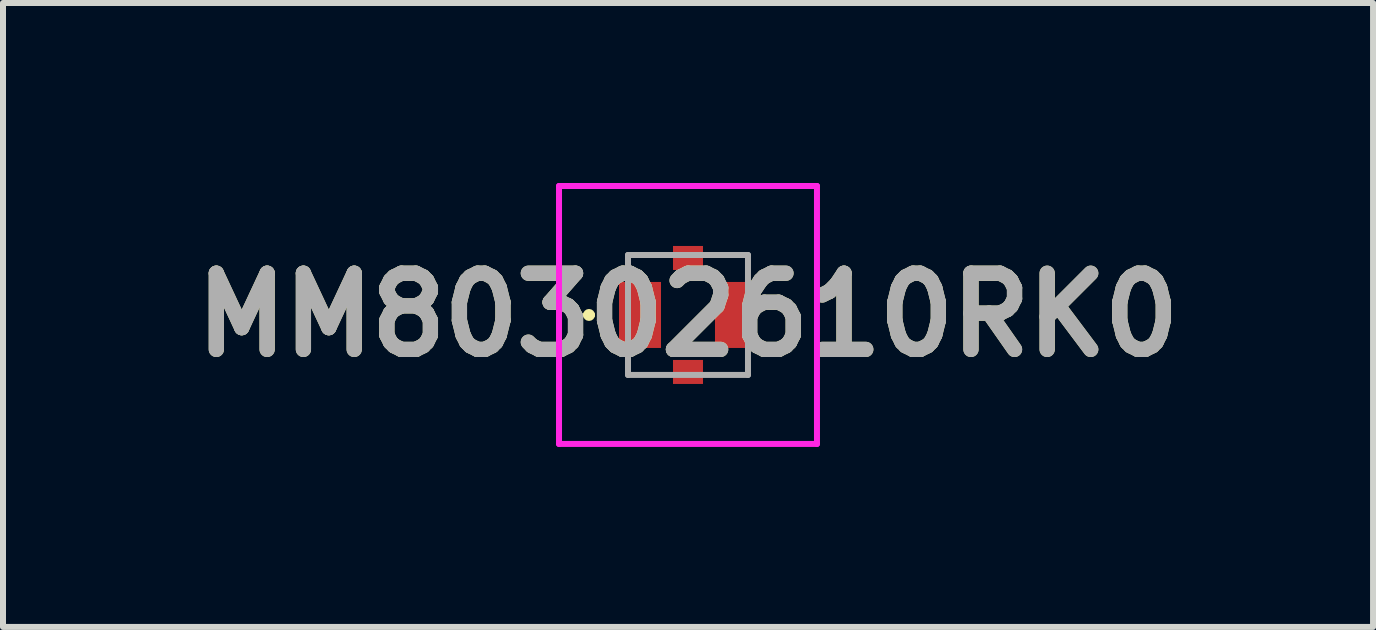
<source format=kicad_pcb>
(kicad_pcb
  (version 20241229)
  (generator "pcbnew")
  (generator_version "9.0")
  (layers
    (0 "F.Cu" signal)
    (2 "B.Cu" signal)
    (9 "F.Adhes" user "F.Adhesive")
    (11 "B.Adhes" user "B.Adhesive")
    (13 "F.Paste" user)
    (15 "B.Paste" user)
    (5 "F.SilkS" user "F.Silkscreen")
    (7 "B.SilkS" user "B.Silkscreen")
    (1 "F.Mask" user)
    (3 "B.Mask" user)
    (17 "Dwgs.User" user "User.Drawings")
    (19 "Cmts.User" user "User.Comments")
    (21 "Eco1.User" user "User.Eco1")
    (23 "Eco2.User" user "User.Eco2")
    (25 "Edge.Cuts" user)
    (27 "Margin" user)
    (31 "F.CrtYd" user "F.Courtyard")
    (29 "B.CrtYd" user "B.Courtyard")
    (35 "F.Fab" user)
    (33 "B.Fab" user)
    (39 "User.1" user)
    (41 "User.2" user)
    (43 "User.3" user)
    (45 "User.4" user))
  (footprint "MM80302610RK0"
    (layer "F.Cu")
    (at 8.418 2.2)
    (property "Reference" "MM80302610RK0" (at 0 0 0) (layer "F.SilkS") (effects (font (size 1.27 1.27) (thickness 0.254))))
    (attr smd)
    (fp_line (start -1.7 0) (end -1.7 0) (stroke (width 0.1) (type solid)) (layer "F.SilkS"))
    (fp_line (start -1.6 0) (end -1.6 0) (stroke (width 0.1) (type solid)) (layer "F.SilkS"))
    (fp_arc (start -1.7 0) (mid -1.65 -0.05) (end -1.6 0) (stroke (width 0.1) (type solid)) (layer "F.SilkS"))
    (fp_arc (start -1.6 0) (mid -1.65 0.05) (end -1.7 0) (stroke (width 0.1) (type solid)) (layer "F.SilkS"))
    (fp_line (start -2.15 -2.15) (end 2.15 -2.15) (stroke (width 0.1) (type solid)) (layer "F.CrtYd"))
    (fp_line (start -2.15 2.15) (end -2.15 -2.15) (stroke (width 0.1) (type solid)) (layer "F.CrtYd"))
    (fp_line (start 2.15 -2.15) (end 2.15 2.15) (stroke (width 0.1) (type solid)) (layer "F.CrtYd"))
    (fp_line (start 2.15 2.15) (end -2.15 2.15) (stroke (width 0.1) (type solid)) (layer "F.CrtYd"))
    (fp_line (start -1 -1) (end 1 -1) (stroke (width 0.1) (type solid)) (layer "F.Fab"))
    (fp_line (start -1 1) (end -1 -1) (stroke (width 0.1) (type solid)) (layer "F.Fab"))
    (fp_line (start 1 -1) (end 1 1) (stroke (width 0.1) (type solid)) (layer "F.Fab"))
    (fp_line (start 1 1) (end -1 1) (stroke (width 0.1) (type solid)) (layer "F.Fab"))
    (fp_text user "${REFERENCE}" (at 0 0 0) (layer "F.Fab") (effects (font (size 1.27 1.27) (thickness 0.254))))
    (pad "1" smd rect (at -0.8 0) (size 0.7 1.1) (layers "F.Cu" "F.Mask" "F.Paste"))
    (pad "2" smd rect (at 0.8 0) (size 0.7 1.1) (layers "F.Cu" "F.Mask" "F.Paste"))
    (pad "3" smd rect (at 0 0.95 90) (size 0.4 0.5) (layers "F.Cu" "F.Mask" "F.Paste"))
    (pad "4" smd rect (at 0 -0.95 90) (size 0.4 0.5) (layers "F.Cu" "F.Mask" "F.Paste")))
  (gr_rect
    (start -3 -3)
    (end 19.837 7.4)
    (stroke (width 0.1) (type default))
    (fill no)
    (layer "Edge.Cuts")))
</source>
